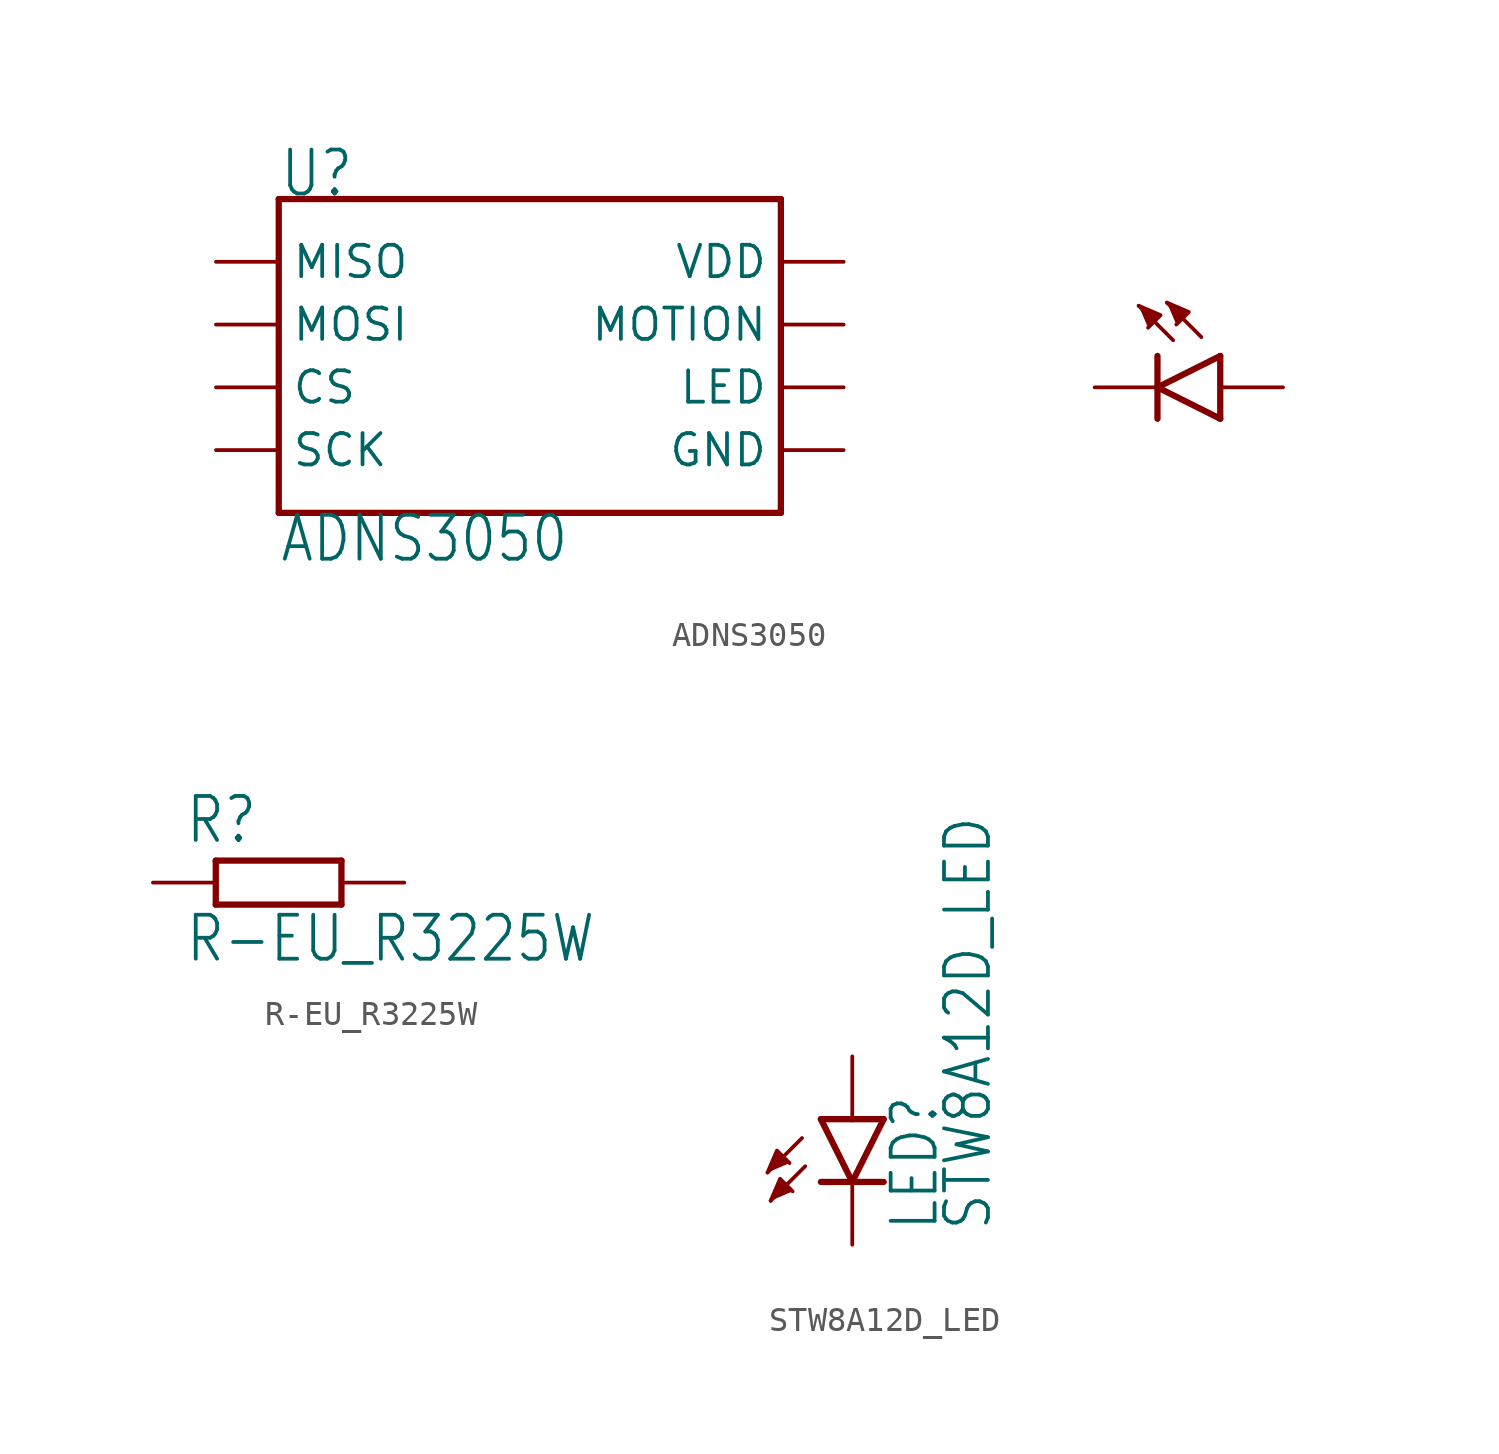
<source format=kicad_sym>
(kicad_symbol_lib
  (version 20211014)
  (generator kicad_symbol_editor)
  (symbol "ADNS3050"
    (property "Reference" "U"
      (at -10.16 5.08 0)
      (effects (font (size 1.778 1.511)) (justify left bottom)))
    (property "Value" "ADNS3050"
      (at -10.16 -7.62 0)
      (effects (font (size 1.778 1.511)) (justify left top)))
    (property "ki_locked" ""
      (at 0 0 0)
      (effects (font (size 1.27 1.27))))
    (symbol "ADNS3050_1_0"
      (polyline (pts (xy -10.16 -7.62) (xy -10.16 5.08)) (stroke (width 0.254) (type default) (color 0 0 0 0)) (fill (type none)))
      (polyline (pts (xy -10.16 5.08) (xy 10.16 5.08)) (stroke (width 0.254) (type default) (color 0 0 0 0)) (fill (type none)))
      (polyline (pts (xy 10.16 -7.62) (xy -10.16 -7.62)) (stroke (width 0.254) (type default) (color 0 0 0 0)) (fill (type none)))
      (polyline (pts (xy 10.16 5.08) (xy 10.16 -7.62)) (stroke (width 0.254) (type default) (color 0 0 0 0)) (fill (type none)))
      (polyline (pts (xy 25.4 -3.81) (xy 25.4 -2.54)) (stroke (width 0.254) (type default) (color 0 0 0 0)) (fill (type none)))
      (polyline (pts (xy 25.4 -2.54) (xy 25.4 -1.27)) (stroke (width 0.254) (type default) (color 0 0 0 0)) (fill (type none)))
      (polyline (pts (xy 25.4 -2.54) (xy 27.94 -1.27)) (stroke (width 0.254) (type default) (color 0 0 0 0)) (fill (type none)))
      (polyline (pts (xy 26.035 -0.635) (xy 24.638 0.762)) (stroke (width 0.152) (type default) (color 0 0 0 0)) (fill (type none)))
      (polyline (pts (xy 27.178 -0.508) (xy 25.781 0.889)) (stroke (width 0.152) (type default) (color 0 0 0 0)) (fill (type none)))
      (polyline (pts (xy 27.94 -3.81) (xy 25.4 -2.54)) (stroke (width 0.254) (type default) (color 0 0 0 0)) (fill (type none)))
      (polyline (pts (xy 27.94 -3.81) (xy 27.94 -1.27)) (stroke (width 0.254) (type default) (color 0 0 0 0)) (fill (type none)))
      (polyline (pts (xy 24.638 0.762) (xy 25.527 0.381) (xy 25.019 -0.127)) (stroke (width 0) (type default) (color 0 0 0 0)) (fill (type outline)))
      (polyline (pts (xy 25.781 0.889) (xy 26.67 0.508) (xy 26.162 0)) (stroke (width 0) (type default) (color 0 0 0 0)) (fill (type outline)))
      (pin bidirectional line (at -12.7 2.54 0) (length 2.54) (name "MISO" (effects (font (size 1.27 1.27)))) (number "1" (effects (font (size 0 0)))))
      (pin passive line (at 12.7 -2.54 180) (length 2.54) (name "LED" (effects (font (size 1.27 1.27)))) (number "2" (effects (font (size 0 0)))))
      (pin bidirectional line (at -12.7 0 0) (length 2.54) (name "MOSI" (effects (font (size 1.27 1.27)))) (number "3" (effects (font (size 0 0)))))
      (pin bidirectional line (at -12.7 -2.54 0) (length 2.54) (name "CS" (effects (font (size 1.27 1.27)))) (number "4" (effects (font (size 0 0)))))
      (pin bidirectional line (at -12.7 -5.08 0) (length 2.54) (name "SCK" (effects (font (size 1.27 1.27)))) (number "5" (effects (font (size 0 0)))))
      (pin power_in line (at 12.7 -5.08 180) (length 2.54) (name "GND" (effects (font (size 1.27 1.27)))) (number "6" (effects (font (size 0 0)))))
      (pin power_in line (at 12.7 2.54 180) (length 2.54) (name "VDD" (effects (font (size 1.27 1.27)))) (number "7" (effects (font (size 0 0)))))
      (pin output line (at 12.7 0 180) (length 2.54) (name "MOTION" (effects (font (size 1.27 1.27)))) (number "8" (effects (font (size 0 0)))))
      (pin passive line (at 30.48 -2.54 180) (length 2.54) (name "A" (effects (font (size 0 0)))) (number "A" (effects (font (size 0 0)))))
      (pin passive line (at 22.86 -2.54 0) (length 2.54) (name "K" (effects (font (size 0 0)))) (number "K" (effects (font (size 0 0)))))))
  (symbol "R-EU_R3225W"
    (property "Reference" "R"
      (at -3.81 1.499 0)
      (effects (font (size 1.778 1.511)) (justify left bottom)))
    (property "Value" "R-EU_R3225W"
      (at -3.81 -3.302 0)
      (effects (font (size 1.778 1.511)) (justify left bottom)))
    (property "ki_locked" ""
      (at 0 0 0)
      (effects (font (size 1.27 1.27))))
    (symbol "R-EU_R3225W_1_0"
      (polyline (pts (xy -2.54 -0.889) (xy -2.54 0.889)) (stroke (width 0.254) (type default) (color 0 0 0 0)) (fill (type none)))
      (polyline (pts (xy -2.54 -0.889) (xy 2.54 -0.889)) (stroke (width 0.254) (type default) (color 0 0 0 0)) (fill (type none)))
      (polyline (pts (xy 2.54 -0.889) (xy 2.54 0.889)) (stroke (width 0.254) (type default) (color 0 0 0 0)) (fill (type none)))
      (polyline (pts (xy 2.54 0.889) (xy -2.54 0.889)) (stroke (width 0.254) (type default) (color 0 0 0 0)) (fill (type none)))
      (pin passive line (at -5.08 0 0) (length 2.54) (name "1" (effects (font (size 0 0)))) (number "1" (effects (font (size 0 0)))))
      (pin passive line (at 5.08 0 180) (length 2.54) (name "2" (effects (font (size 0 0)))) (number "2" (effects (font (size 0 0)))))))
  (symbol "STW8A12D_LED"
    (property "Reference" "LED"
      (at 3.556 -4.572 90)
      (effects (font (size 1.778 1.511)) (justify left bottom)))
    (property "Value" "STW8A12D_LED"
      (at 5.715 -4.572 90)
      (effects (font (size 1.778 1.511)) (justify left bottom)))
    (property "ki_locked" ""
      (at 0 0 0)
      (effects (font (size 1.27 1.27))))
    (symbol "STW8A12D_LED_1_0"
      (polyline (pts (xy -2.032 -0.762) (xy -3.429 -2.159)) (stroke (width 0.152) (type default) (color 0 0 0 0)) (fill (type none)))
      (polyline (pts (xy -1.905 -1.905) (xy -3.302 -3.302)) (stroke (width 0.152) (type default) (color 0 0 0 0)) (fill (type none)))
      (polyline (pts (xy 0 -2.54) (xy -1.27 -2.54)) (stroke (width 0.254) (type default) (color 0 0 0 0)) (fill (type none)))
      (polyline (pts (xy 0 -2.54) (xy -1.27 0)) (stroke (width 0.254) (type default) (color 0 0 0 0)) (fill (type none)))
      (polyline (pts (xy 0 0) (xy -1.27 0)) (stroke (width 0.254) (type default) (color 0 0 0 0)) (fill (type none)))
      (polyline (pts (xy 1.27 -2.54) (xy 0 -2.54)) (stroke (width 0.254) (type default) (color 0 0 0 0)) (fill (type none)))
      (polyline (pts (xy 1.27 0) (xy 0 -2.54)) (stroke (width 0.254) (type default) (color 0 0 0 0)) (fill (type none)))
      (polyline (pts (xy 1.27 0) (xy 0 0)) (stroke (width 0.254) (type default) (color 0 0 0 0)) (fill (type none)))
      (polyline (pts (xy -3.429 -2.159) (xy -3.048 -1.27) (xy -2.54 -1.778)) (stroke (width 0) (type default) (color 0 0 0 0)) (fill (type outline)))
      (polyline (pts (xy -3.302 -3.302) (xy -2.921 -2.413) (xy -2.413 -2.921)) (stroke (width 0) (type default) (color 0 0 0 0)) (fill (type outline)))
      (pin passive line (at 0 2.54 270) (length 2.54) (name "A" (effects (font (size 0 0)))) (number "1" (effects (font (size 0 0)))))
      (pin passive line (at 0 -5.08 90) (length 2.54) (name "C" (effects (font (size 0 0)))) (number "2" (effects (font (size 0 0))))))))
</source>
